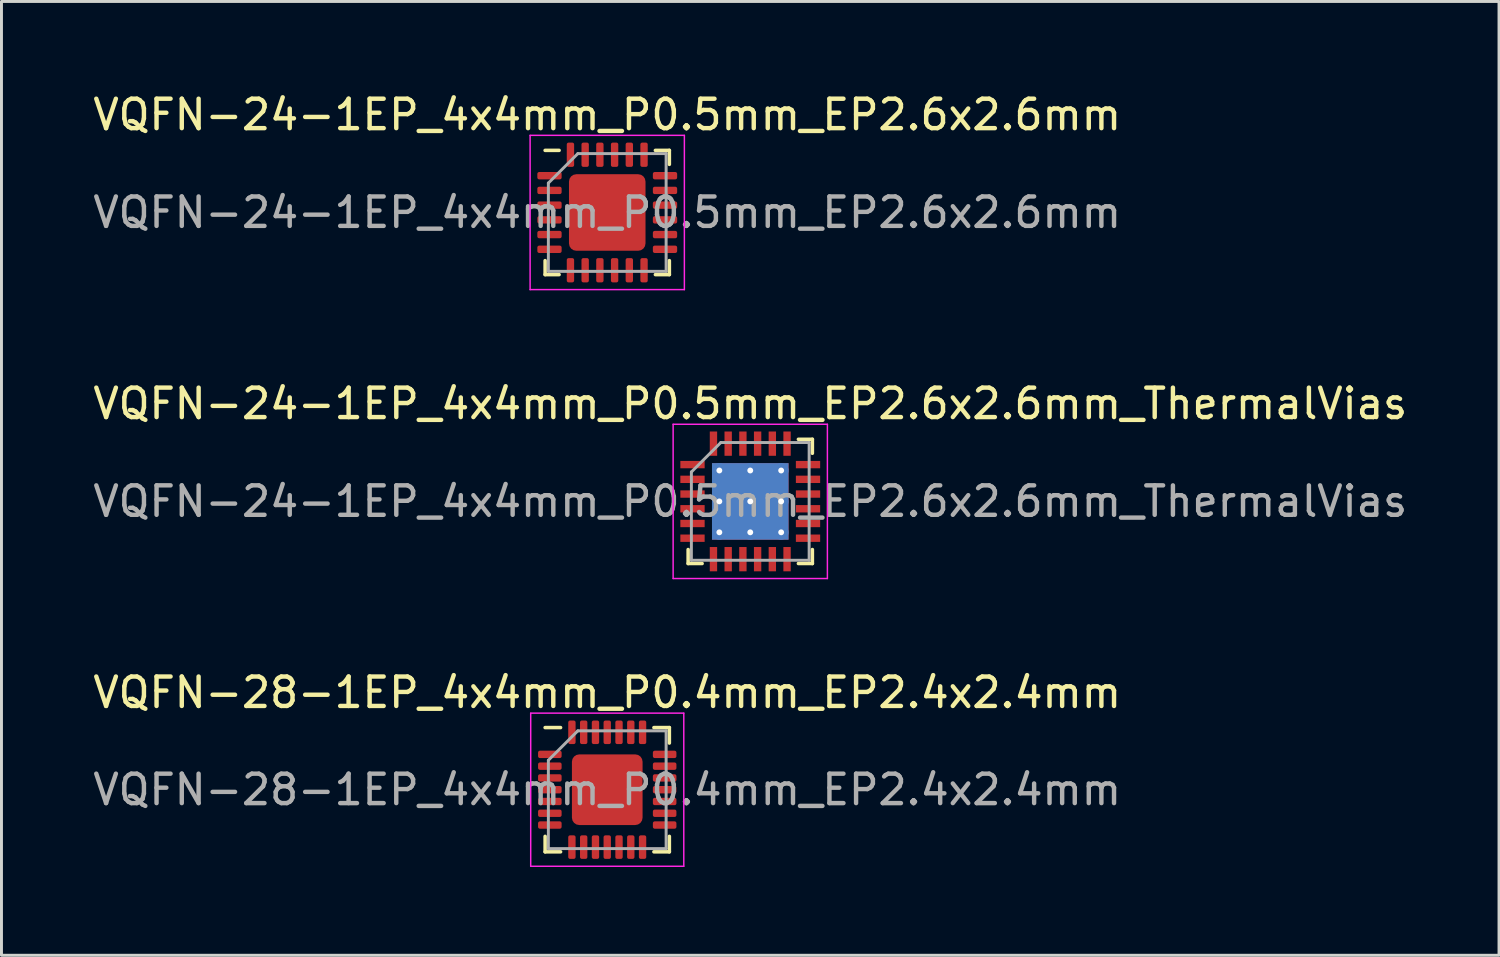
<source format=kicad_pcb>
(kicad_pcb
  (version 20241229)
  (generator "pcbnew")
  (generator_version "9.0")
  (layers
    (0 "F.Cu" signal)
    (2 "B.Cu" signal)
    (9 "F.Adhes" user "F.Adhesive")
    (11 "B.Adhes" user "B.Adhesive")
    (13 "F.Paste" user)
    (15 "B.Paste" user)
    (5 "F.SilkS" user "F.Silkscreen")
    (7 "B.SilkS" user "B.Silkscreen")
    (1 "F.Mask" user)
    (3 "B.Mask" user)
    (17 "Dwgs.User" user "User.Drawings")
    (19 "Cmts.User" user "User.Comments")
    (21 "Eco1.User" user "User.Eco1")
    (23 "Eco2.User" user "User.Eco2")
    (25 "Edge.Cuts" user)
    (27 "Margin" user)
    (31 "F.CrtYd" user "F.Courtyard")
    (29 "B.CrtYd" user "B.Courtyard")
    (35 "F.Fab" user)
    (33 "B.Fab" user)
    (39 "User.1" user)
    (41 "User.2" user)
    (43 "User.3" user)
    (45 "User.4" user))
  (footprint "VQFN-28-1EP_4x4mm_P0.4mm_EP2.4x2.4mm"
    (layer "F.Cu")
    (at 17.577 23.775)
    (property "Reference" "VQFN-28-1EP_4x4mm_P0.4mm_EP2.4x2.4mm" (at 0 -3.3 0) (layer "F.SilkS") (effects (font (size 1 1) (thickness 0.15))))
    (attr smd)
    (fp_line (start -2.11 2.11) (end -2.11 1.585) (stroke (width 0.12) (type solid)) (layer "F.SilkS"))
    (fp_line (start -1.585 -2.11) (end -2.11 -2.11) (stroke (width 0.12) (type solid)) (layer "F.SilkS"))
    (fp_line (start -1.585 2.11) (end -2.11 2.11) (stroke (width 0.12) (type solid)) (layer "F.SilkS"))
    (fp_line (start 1.585 -2.11) (end 2.11 -2.11) (stroke (width 0.12) (type solid)) (layer "F.SilkS"))
    (fp_line (start 1.585 2.11) (end 2.11 2.11) (stroke (width 0.12) (type solid)) (layer "F.SilkS"))
    (fp_line (start 2.11 -2.11) (end 2.11 -1.585) (stroke (width 0.12) (type solid)) (layer "F.SilkS"))
    (fp_line (start 2.11 2.11) (end 2.11 1.585) (stroke (width 0.12) (type solid)) (layer "F.SilkS"))
    (fp_line (start -2.6 -2.6) (end -2.6 2.6) (stroke (width 0.05) (type solid)) (layer "F.CrtYd"))
    (fp_line (start -2.6 2.6) (end 2.6 2.6) (stroke (width 0.05) (type solid)) (layer "F.CrtYd"))
    (fp_line (start 2.6 -2.6) (end -2.6 -2.6) (stroke (width 0.05) (type solid)) (layer "F.CrtYd"))
    (fp_line (start 2.6 2.6) (end 2.6 -2.6) (stroke (width 0.05) (type solid)) (layer "F.CrtYd"))
    (fp_line (start -2 -1) (end -1 -2) (stroke (width 0.1) (type solid)) (layer "F.Fab"))
    (fp_line (start -2 2) (end -2 -1) (stroke (width 0.1) (type solid)) (layer "F.Fab"))
    (fp_line (start -1 -2) (end 2 -2) (stroke (width 0.1) (type solid)) (layer "F.Fab"))
    (fp_line (start 2 -2) (end 2 2) (stroke (width 0.1) (type solid)) (layer "F.Fab"))
    (fp_line (start 2 2) (end -2 2) (stroke (width 0.1) (type solid)) (layer "F.Fab"))
    (fp_text user "${REFERENCE}" (at 0 0 0) (layer "F.Fab") (effects (font (size 1 1) (thickness 0.15))))
    (pad "" smd roundrect (at -0.6 -0.8) (size 0.97 0.64) (layers "F.Paste") (roundrect_rratio 0.25))
    (pad "" smd roundrect (at -0.6 0) (size 0.97 0.64) (layers "F.Paste") (roundrect_rratio 0.25))
    (pad "" smd roundrect (at -0.6 0.8) (size 0.97 0.64) (layers "F.Paste") (roundrect_rratio 0.25))
    (pad "" smd roundrect (at 0.6 -0.8) (size 0.97 0.64) (layers "F.Paste") (roundrect_rratio 0.25))
    (pad "" smd roundrect (at 0.6 0) (size 0.97 0.64) (layers "F.Paste") (roundrect_rratio 0.25))
    (pad "" smd roundrect (at 0.6 0.8) (size 0.97 0.64) (layers "F.Paste") (roundrect_rratio 0.25))
    (pad "1" smd roundrect (at -1.95 -1.2) (size 0.8 0.25) (layers "F.Cu" "F.Mask" "F.Paste") (roundrect_rratio 0.25))
    (pad "2" smd roundrect (at -1.95 -0.8) (size 0.8 0.25) (layers "F.Cu" "F.Mask" "F.Paste") (roundrect_rratio 0.25))
    (pad "3" smd roundrect (at -1.95 -0.4) (size 0.8 0.25) (layers "F.Cu" "F.Mask" "F.Paste") (roundrect_rratio 0.25))
    (pad "4" smd roundrect (at -1.95 0) (size 0.8 0.25) (layers "F.Cu" "F.Mask" "F.Paste") (roundrect_rratio 0.25))
    (pad "5" smd roundrect (at -1.95 0.4) (size 0.8 0.25) (layers "F.Cu" "F.Mask" "F.Paste") (roundrect_rratio 0.25))
    (pad "6" smd roundrect (at -1.95 0.8) (size 0.8 0.25) (layers "F.Cu" "F.Mask" "F.Paste") (roundrect_rratio 0.25))
    (pad "7" smd roundrect (at -1.95 1.2) (size 0.8 0.25) (layers "F.Cu" "F.Mask" "F.Paste") (roundrect_rratio 0.25))
    (pad "8" smd roundrect (at -1.2 1.95) (size 0.25 0.8) (layers "F.Cu" "F.Mask" "F.Paste") (roundrect_rratio 0.25))
    (pad "9" smd roundrect (at -0.8 1.95) (size 0.25 0.8) (layers "F.Cu" "F.Mask" "F.Paste") (roundrect_rratio 0.25))
    (pad "10" smd roundrect (at -0.4 1.95) (size 0.25 0.8) (layers "F.Cu" "F.Mask" "F.Paste") (roundrect_rratio 0.25))
    (pad "11" smd roundrect (at 0 1.95) (size 0.25 0.8) (layers "F.Cu" "F.Mask" "F.Paste") (roundrect_rratio 0.25))
    (pad "12" smd roundrect (at 0.4 1.95) (size 0.25 0.8) (layers "F.Cu" "F.Mask" "F.Paste") (roundrect_rratio 0.25))
    (pad "13" smd roundrect (at 0.8 1.95) (size 0.25 0.8) (layers "F.Cu" "F.Mask" "F.Paste") (roundrect_rratio 0.25))
    (pad "14" smd roundrect (at 1.2 1.95) (size 0.25 0.8) (layers "F.Cu" "F.Mask" "F.Paste") (roundrect_rratio 0.25))
    (pad "15" smd roundrect (at 1.95 1.2) (size 0.8 0.25) (layers "F.Cu" "F.Mask" "F.Paste") (roundrect_rratio 0.25))
    (pad "16" smd roundrect (at 1.95 0.8) (size 0.8 0.25) (layers "F.Cu" "F.Mask" "F.Paste") (roundrect_rratio 0.25))
    (pad "17" smd roundrect (at 1.95 0.4) (size 0.8 0.25) (layers "F.Cu" "F.Mask" "F.Paste") (roundrect_rratio 0.25))
    (pad "18" smd roundrect (at 1.95 0) (size 0.8 0.25) (layers "F.Cu" "F.Mask" "F.Paste") (roundrect_rratio 0.25))
    (pad "19" smd roundrect (at 1.95 -0.4) (size 0.8 0.25) (layers "F.Cu" "F.Mask" "F.Paste") (roundrect_rratio 0.25))
    (pad "20" smd roundrect (at 1.95 -0.8) (size 0.8 0.25) (layers "F.Cu" "F.Mask" "F.Paste") (roundrect_rratio 0.25))
    (pad "21" smd roundrect (at 1.95 -1.2) (size 0.8 0.25) (layers "F.Cu" "F.Mask" "F.Paste") (roundrect_rratio 0.25))
    (pad "22" smd roundrect (at 1.2 -1.95) (size 0.25 0.8) (layers "F.Cu" "F.Mask" "F.Paste") (roundrect_rratio 0.25))
    (pad "23" smd roundrect (at 0.8 -1.95) (size 0.25 0.8) (layers "F.Cu" "F.Mask" "F.Paste") (roundrect_rratio 0.25))
    (pad "24" smd roundrect (at 0.4 -1.95) (size 0.25 0.8) (layers "F.Cu" "F.Mask" "F.Paste") (roundrect_rratio 0.25))
    (pad "25" smd roundrect (at 0 -1.95) (size 0.25 0.8) (layers "F.Cu" "F.Mask" "F.Paste") (roundrect_rratio 0.25))
    (pad "26" smd roundrect (at -0.4 -1.95) (size 0.25 0.8) (layers "F.Cu" "F.Mask" "F.Paste") (roundrect_rratio 0.25))
    (pad "27" smd roundrect (at -0.8 -1.95) (size 0.25 0.8) (layers "F.Cu" "F.Mask" "F.Paste") (roundrect_rratio 0.25))
    (pad "28" smd roundrect (at -1.2 -1.95) (size 0.25 0.8) (layers "F.Cu" "F.Mask" "F.Paste") (roundrect_rratio 0.25))
    (pad "29" smd roundrect (at 0 0) (size 2.4 2.4) (layers "F.Cu" "F.Mask") (roundrect_rratio 0.104)))
  (footprint "VQFN-24-1EP_4x4mm_P0.5mm_EP2.6x2.6mm_ThermalVias"
    (layer "F.Cu")
    (at 22.435 13.982)
    (property "Reference" "VQFN-24-1EP_4x4mm_P0.5mm_EP2.6x2.6mm_ThermalVias" (at 0 -3.32 0) (layer "F.SilkS") (effects (font (size 1 1) (thickness 0.15))))
    (attr smd)
    (fp_line (start -2.11 2.11) (end -2.11 1.635) (stroke (width 0.12) (type solid)) (layer "F.SilkS"))
    (fp_line (start -1.635 2.11) (end -2.11 2.11) (stroke (width 0.12) (type solid)) (layer "F.SilkS"))
    (fp_line (start 1.635 -2.11) (end 2.11 -2.11) (stroke (width 0.12) (type solid)) (layer "F.SilkS"))
    (fp_line (start 1.635 2.11) (end 2.11 2.11) (stroke (width 0.12) (type solid)) (layer "F.SilkS"))
    (fp_line (start 2.11 -2.11) (end 2.11 -1.635) (stroke (width 0.12) (type solid)) (layer "F.SilkS"))
    (fp_line (start 2.11 2.11) (end 2.11 1.635) (stroke (width 0.12) (type solid)) (layer "F.SilkS"))
    (fp_line (start -2.62 -2.62) (end -2.62 2.62) (stroke (width 0.05) (type solid)) (layer "F.CrtYd"))
    (fp_line (start -2.62 2.62) (end 2.62 2.62) (stroke (width 0.05) (type solid)) (layer "F.CrtYd"))
    (fp_line (start 2.62 -2.62) (end -2.62 -2.62) (stroke (width 0.05) (type solid)) (layer "F.CrtYd"))
    (fp_line (start 2.62 2.62) (end 2.62 -2.62) (stroke (width 0.05) (type solid)) (layer "F.CrtYd"))
    (fp_line (start -2 -1) (end -1 -2) (stroke (width 0.1) (type solid)) (layer "F.Fab"))
    (fp_line (start -2 2) (end -2 -1) (stroke (width 0.1) (type solid)) (layer "F.Fab"))
    (fp_line (start -1 -2) (end 2 -2) (stroke (width 0.1) (type solid)) (layer "F.Fab"))
    (fp_line (start 2 -2) (end 2 2) (stroke (width 0.1) (type solid)) (layer "F.Fab"))
    (fp_line (start 2 2) (end -2 2) (stroke (width 0.1) (type solid)) (layer "F.Fab"))
    (fp_text user "${REFERENCE}" (at 0 0 0) (layer "F.Fab") (effects (font (size 1 1) (thickness 0.15))))
    (pad "" smd custom (at -0.525 -0.525) (size 0.825 0.825) (layers "F.Paste") (options (anchor circle)) (primitives (gr_poly (pts (xy -0.482 -0.285) (xy -0.285 -0.482) (xy 0.285 -0.482) (xy 0.482 -0.285) (xy 0.482 0.285) (xy 0.285 0.482) (xy -0.285 0.482) (xy -0.482 0.285)) (width 0) (fill yes))))
    (pad "" smd custom (at -0.525 0.525) (size 0.825 0.825) (layers "F.Paste") (options (anchor circle)) (primitives (gr_poly (pts (xy -0.482 -0.285) (xy -0.285 -0.482) (xy 0.285 -0.482) (xy 0.482 -0.285) (xy 0.482 0.285) (xy 0.285 0.482) (xy -0.285 0.482) (xy -0.482 0.285)) (width 0) (fill yes))))
    (pad "" smd custom (at 0.525 -0.525) (size 0.825 0.825) (layers "F.Paste") (options (anchor circle)) (primitives (gr_poly (pts (xy -0.482 -0.285) (xy -0.285 -0.482) (xy 0.285 -0.482) (xy 0.482 -0.285) (xy 0.482 0.285) (xy 0.285 0.482) (xy -0.285 0.482) (xy -0.482 0.285)) (width 0) (fill yes))))
    (pad "" smd custom (at 0.525 0.525) (size 0.825 0.825) (layers "F.Paste") (options (anchor circle)) (primitives (gr_poly (pts (xy -0.482 -0.285) (xy -0.285 -0.482) (xy 0.285 -0.482) (xy 0.482 -0.285) (xy 0.482 0.285) (xy 0.285 0.482) (xy -0.285 0.482) (xy -0.482 0.285)) (width 0) (fill yes))))
    (pad "1" smd rect (at -1.962 -1.25) (size 0.825 0.25) (layers "F.Cu" "F.Mask" "F.Paste"))
    (pad "2" smd rect (at -1.962 -0.75) (size 0.825 0.25) (layers "F.Cu" "F.Mask" "F.Paste"))
    (pad "3" smd rect (at -1.962 -0.25) (size 0.825 0.25) (layers "F.Cu" "F.Mask" "F.Paste"))
    (pad "4" smd rect (at -1.962 0.25) (size 0.825 0.25) (layers "F.Cu" "F.Mask" "F.Paste"))
    (pad "5" smd rect (at -1.962 0.75) (size 0.825 0.25) (layers "F.Cu" "F.Mask" "F.Paste"))
    (pad "6" smd rect (at -1.962 1.25) (size 0.825 0.25) (layers "F.Cu" "F.Mask" "F.Paste"))
    (pad "7" smd rect (at -1.25 1.962) (size 0.25 0.825) (layers "F.Cu" "F.Mask" "F.Paste"))
    (pad "8" smd rect (at -0.75 1.962) (size 0.25 0.825) (layers "F.Cu" "F.Mask" "F.Paste"))
    (pad "9" smd rect (at -0.25 1.962) (size 0.25 0.825) (layers "F.Cu" "F.Mask" "F.Paste"))
    (pad "10" smd rect (at 0.25 1.962) (size 0.25 0.825) (layers "F.Cu" "F.Mask" "F.Paste"))
    (pad "11" smd rect (at 0.75 1.962) (size 0.25 0.825) (layers "F.Cu" "F.Mask" "F.Paste"))
    (pad "12" smd rect (at 1.25 1.962) (size 0.25 0.825) (layers "F.Cu" "F.Mask" "F.Paste"))
    (pad "13" smd rect (at 1.962 1.25) (size 0.825 0.25) (layers "F.Cu" "F.Mask" "F.Paste"))
    (pad "14" smd rect (at 1.962 0.75) (size 0.825 0.25) (layers "F.Cu" "F.Mask" "F.Paste"))
    (pad "15" smd rect (at 1.962 0.25) (size 0.825 0.25) (layers "F.Cu" "F.Mask" "F.Paste"))
    (pad "16" smd rect (at 1.962 -0.25) (size 0.825 0.25) (layers "F.Cu" "F.Mask" "F.Paste"))
    (pad "17" smd rect (at 1.962 -0.75) (size 0.825 0.25) (layers "F.Cu" "F.Mask" "F.Paste"))
    (pad "18" smd rect (at 1.962 -1.25) (size 0.825 0.25) (layers "F.Cu" "F.Mask" "F.Paste"))
    (pad "19" smd rect (at 1.25 -1.962) (size 0.25 0.825) (layers "F.Cu" "F.Mask" "F.Paste"))
    (pad "20" smd rect (at 0.75 -1.962) (size 0.25 0.825) (layers "F.Cu" "F.Mask" "F.Paste"))
    (pad "21" smd rect (at 0.25 -1.962) (size 0.25 0.825) (layers "F.Cu" "F.Mask" "F.Paste"))
    (pad "22" smd rect (at -0.25 -1.962) (size 0.25 0.825) (layers "F.Cu" "F.Mask" "F.Paste"))
    (pad "23" smd rect (at -0.75 -1.962) (size 0.25 0.825) (layers "F.Cu" "F.Mask" "F.Paste"))
    (pad "24" smd rect (at -1.25 -1.962) (size 0.25 0.825) (layers "F.Cu" "F.Mask" "F.Paste"))
    (pad "25" thru_hole circle (at -1.05 -1.05) (size 0.5 0.5) (drill 0.2) (layers "*.Cu"))
    (pad "25" thru_hole circle (at -1.05 0) (size 0.5 0.5) (drill 0.2) (layers "*.Cu"))
    (pad "25" thru_hole circle (at -1.05 1.05) (size 0.5 0.5) (drill 0.2) (layers "*.Cu"))
    (pad "25" thru_hole circle (at 0 -1.05) (size 0.5 0.5) (drill 0.2) (layers "*.Cu"))
    (pad "25" thru_hole circle (at 0 0) (size 0.5 0.5) (drill 0.2) (layers "*.Cu"))
    (pad "25" smd rect (at 0 0) (size 2.6 2.6) (layers "F.Cu" "F.Mask"))
    (pad "25" smd rect (at 0 0) (size 2.6 2.6) (layers "B.Cu"))
    (pad "25" thru_hole circle (at 0 1.05) (size 0.5 0.5) (drill 0.2) (layers "*.Cu"))
    (pad "25" thru_hole circle (at 1.05 -1.05) (size 0.5 0.5) (drill 0.2) (layers "*.Cu"))
    (pad "25" thru_hole circle (at 1.05 0) (size 0.5 0.5) (drill 0.2) (layers "*.Cu"))
    (pad "25" thru_hole circle (at 1.05 1.05) (size 0.5 0.5) (drill 0.2) (layers "*.Cu")))
  (footprint "VQFN-24-1EP_4x4mm_P0.5mm_EP2.6x2.6mm"
    (layer "F.Cu")
    (at 17.577 4.168)
    (property "Reference" "VQFN-24-1EP_4x4mm_P0.5mm_EP2.6x2.6mm" (at 0 -3.32 0) (layer "F.SilkS") (effects (font (size 1 1) (thickness 0.15))))
    (attr smd)
    (fp_line (start -2.11 2.11) (end -2.11 1.635) (stroke (width 0.12) (type solid)) (layer "F.SilkS"))
    (fp_line (start -1.635 -2.11) (end -2.11 -2.11) (stroke (width 0.12) (type solid)) (layer "F.SilkS"))
    (fp_line (start -1.635 2.11) (end -2.11 2.11) (stroke (width 0.12) (type solid)) (layer "F.SilkS"))
    (fp_line (start 1.635 -2.11) (end 2.11 -2.11) (stroke (width 0.12) (type solid)) (layer "F.SilkS"))
    (fp_line (start 1.635 2.11) (end 2.11 2.11) (stroke (width 0.12) (type solid)) (layer "F.SilkS"))
    (fp_line (start 2.11 -2.11) (end 2.11 -1.635) (stroke (width 0.12) (type solid)) (layer "F.SilkS"))
    (fp_line (start 2.11 2.11) (end 2.11 1.635) (stroke (width 0.12) (type solid)) (layer "F.SilkS"))
    (fp_line (start -2.62 -2.62) (end -2.62 2.62) (stroke (width 0.05) (type solid)) (layer "F.CrtYd"))
    (fp_line (start -2.62 2.62) (end 2.62 2.62) (stroke (width 0.05) (type solid)) (layer "F.CrtYd"))
    (fp_line (start 2.62 -2.62) (end -2.62 -2.62) (stroke (width 0.05) (type solid)) (layer "F.CrtYd"))
    (fp_line (start 2.62 2.62) (end 2.62 -2.62) (stroke (width 0.05) (type solid)) (layer "F.CrtYd"))
    (fp_line (start -2 -1) (end -1 -2) (stroke (width 0.1) (type solid)) (layer "F.Fab"))
    (fp_line (start -2 2) (end -2 -1) (stroke (width 0.1) (type solid)) (layer "F.Fab"))
    (fp_line (start -1 -2) (end 2 -2) (stroke (width 0.1) (type solid)) (layer "F.Fab"))
    (fp_line (start 2 -2) (end 2 2) (stroke (width 0.1) (type solid)) (layer "F.Fab"))
    (fp_line (start 2 2) (end -2 2) (stroke (width 0.1) (type solid)) (layer "F.Fab"))
    (fp_text user "${REFERENCE}" (at 0 0 0) (layer "F.Fab") (effects (font (size 1 1) (thickness 0.15))))
    (pad "" smd roundrect (at -0.87 -0.87) (size 0.7 0.7) (layers "F.Paste") (roundrect_rratio 0.25))
    (pad "" smd roundrect (at -0.87 0) (size 0.7 0.7) (layers "F.Paste") (roundrect_rratio 0.25))
    (pad "" smd roundrect (at -0.87 0.87) (size 0.7 0.7) (layers "F.Paste") (roundrect_rratio 0.25))
    (pad "" smd roundrect (at 0 -0.87) (size 0.7 0.7) (layers "F.Paste") (roundrect_rratio 0.25))
    (pad "" smd roundrect (at 0 0) (size 0.7 0.7) (layers "F.Paste") (roundrect_rratio 0.25))
    (pad "" smd roundrect (at 0 0.87) (size 0.7 0.7) (layers "F.Paste") (roundrect_rratio 0.25))
    (pad "" smd roundrect (at 0.87 -0.87) (size 0.7 0.7) (layers "F.Paste") (roundrect_rratio 0.25))
    (pad "" smd roundrect (at 0.87 0) (size 0.7 0.7) (layers "F.Paste") (roundrect_rratio 0.25))
    (pad "" smd roundrect (at 0.87 0.87) (size 0.7 0.7) (layers "F.Paste") (roundrect_rratio 0.25))
    (pad "1" smd roundrect (at -1.962 -1.25) (size 0.825 0.25) (layers "F.Cu" "F.Mask" "F.Paste") (roundrect_rratio 0.25))
    (pad "2" smd roundrect (at -1.962 -0.75) (size 0.825 0.25) (layers "F.Cu" "F.Mask" "F.Paste") (roundrect_rratio 0.25))
    (pad "3" smd roundrect (at -1.962 -0.25) (size 0.825 0.25) (layers "F.Cu" "F.Mask" "F.Paste") (roundrect_rratio 0.25))
    (pad "4" smd roundrect (at -1.962 0.25) (size 0.825 0.25) (layers "F.Cu" "F.Mask" "F.Paste") (roundrect_rratio 0.25))
    (pad "5" smd roundrect (at -1.962 0.75) (size 0.825 0.25) (layers "F.Cu" "F.Mask" "F.Paste") (roundrect_rratio 0.25))
    (pad "6" smd roundrect (at -1.962 1.25) (size 0.825 0.25) (layers "F.Cu" "F.Mask" "F.Paste") (roundrect_rratio 0.25))
    (pad "7" smd roundrect (at -1.25 1.962) (size 0.25 0.825) (layers "F.Cu" "F.Mask" "F.Paste") (roundrect_rratio 0.25))
    (pad "8" smd roundrect (at -0.75 1.962) (size 0.25 0.825) (layers "F.Cu" "F.Mask" "F.Paste") (roundrect_rratio 0.25))
    (pad "9" smd roundrect (at -0.25 1.962) (size 0.25 0.825) (layers "F.Cu" "F.Mask" "F.Paste") (roundrect_rratio 0.25))
    (pad "10" smd roundrect (at 0.25 1.962) (size 0.25 0.825) (layers "F.Cu" "F.Mask" "F.Paste") (roundrect_rratio 0.25))
    (pad "11" smd roundrect (at 0.75 1.962) (size 0.25 0.825) (layers "F.Cu" "F.Mask" "F.Paste") (roundrect_rratio 0.25))
    (pad "12" smd roundrect (at 1.25 1.962) (size 0.25 0.825) (layers "F.Cu" "F.Mask" "F.Paste") (roundrect_rratio 0.25))
    (pad "13" smd roundrect (at 1.962 1.25) (size 0.825 0.25) (layers "F.Cu" "F.Mask" "F.Paste") (roundrect_rratio 0.25))
    (pad "14" smd roundrect (at 1.962 0.75) (size 0.825 0.25) (layers "F.Cu" "F.Mask" "F.Paste") (roundrect_rratio 0.25))
    (pad "15" smd roundrect (at 1.962 0.25) (size 0.825 0.25) (layers "F.Cu" "F.Mask" "F.Paste") (roundrect_rratio 0.25))
    (pad "16" smd roundrect (at 1.962 -0.25) (size 0.825 0.25) (layers "F.Cu" "F.Mask" "F.Paste") (roundrect_rratio 0.25))
    (pad "17" smd roundrect (at 1.962 -0.75) (size 0.825 0.25) (layers "F.Cu" "F.Mask" "F.Paste") (roundrect_rratio 0.25))
    (pad "18" smd roundrect (at 1.962 -1.25) (size 0.825 0.25) (layers "F.Cu" "F.Mask" "F.Paste") (roundrect_rratio 0.25))
    (pad "19" smd roundrect (at 1.25 -1.962) (size 0.25 0.825) (layers "F.Cu" "F.Mask" "F.Paste") (roundrect_rratio 0.25))
    (pad "20" smd roundrect (at 0.75 -1.962) (size 0.25 0.825) (layers "F.Cu" "F.Mask" "F.Paste") (roundrect_rratio 0.25))
    (pad "21" smd roundrect (at 0.25 -1.962) (size 0.25 0.825) (layers "F.Cu" "F.Mask" "F.Paste") (roundrect_rratio 0.25))
    (pad "22" smd roundrect (at -0.25 -1.962) (size 0.25 0.825) (layers "F.Cu" "F.Mask" "F.Paste") (roundrect_rratio 0.25))
    (pad "23" smd roundrect (at -0.75 -1.962) (size 0.25 0.825) (layers "F.Cu" "F.Mask" "F.Paste") (roundrect_rratio 0.25))
    (pad "24" smd roundrect (at -1.25 -1.962) (size 0.25 0.825) (layers "F.Cu" "F.Mask" "F.Paste") (roundrect_rratio 0.25))
    (pad "25" smd roundrect (at 0 0) (size 2.6 2.6) (layers "F.Cu" "F.Mask") (roundrect_rratio 0.096)))
  (gr_rect
    (start -3 -3)
    (end 47.869 29.4)
    (stroke (width 0.1) (type default))
    (fill no)
    (layer "Edge.Cuts")))
</source>
